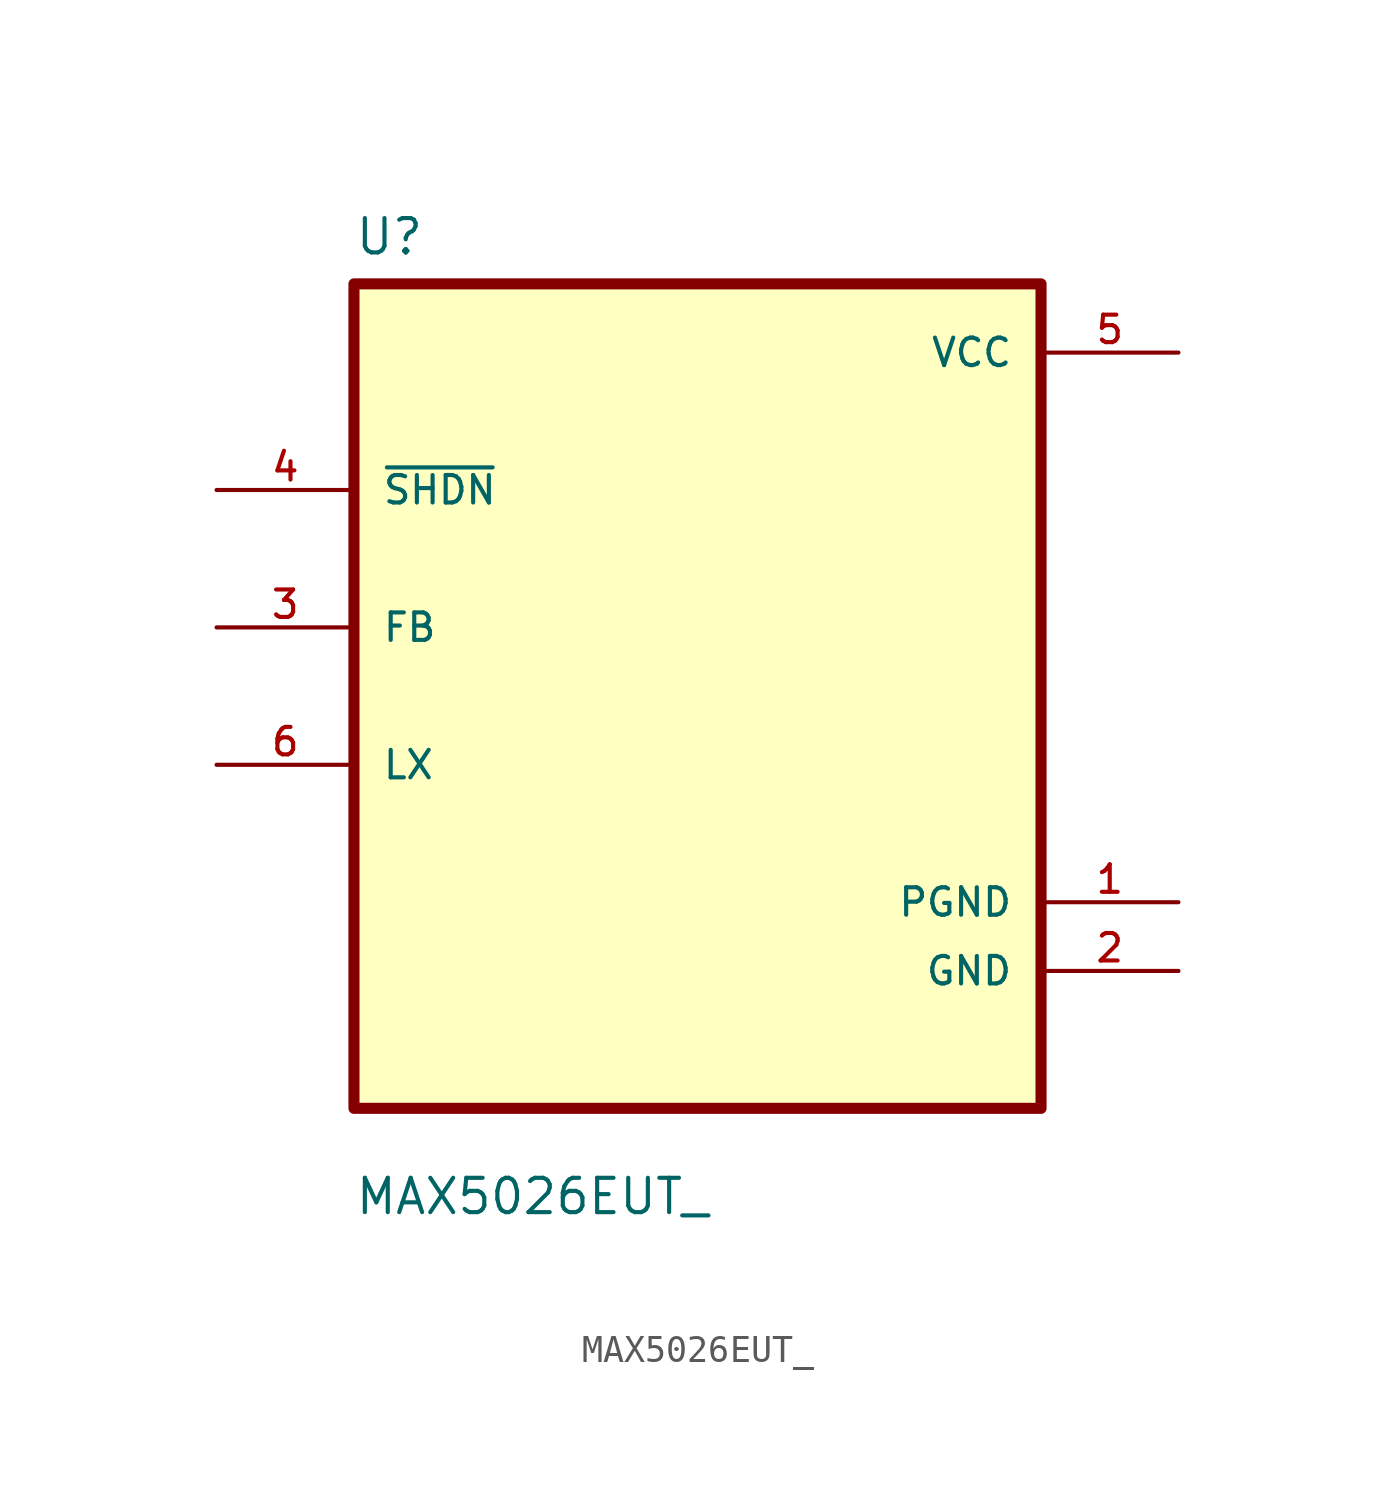
<source format=kicad_sym>
(kicad_symbol_lib
  (version 20211014)
  (generator kicad_symbol_editor)
  (symbol "MAX5026EUT_"
    (pin_names
      (offset 1.016))
    (property "Reference" "U"
      (at -12.7 16.24 0.0)
      (effects (font (size 1.27 1.27)) (justify bottom left)))
    (property "Value" "MAX5026EUT_"
      (at -12.7 -19.24 0.0)
      (effects (font (size 1.27 1.27)) (justify bottom left)))
    (symbol "MAX5026EUT__0_0"
      (rectangle (start -12.7 -15.24) (end 12.7 15.24) (stroke (width 0.41)) (fill (type background)))
      (pin bidirectional line (at -17.78 7.62 0) (length 5.08) (name "~{SHDN}" (effects (font (size 1.016 1.016)))) (number "4" (effects (font (size 1.016 1.016)))))
      (pin bidirectional line (at -17.78 2.54 0) (length 5.08) (name "FB" (effects (font (size 1.016 1.016)))) (number "3" (effects (font (size 1.016 1.016)))))
      (pin bidirectional line (at -17.78 -2.54 0) (length 5.08) (name "LX" (effects (font (size 1.016 1.016)))) (number "6" (effects (font (size 1.016 1.016)))))
      (pin power_in line (at 17.78 12.7 180.0) (length 5.08) (name "VCC" (effects (font (size 1.016 1.016)))) (number "5" (effects (font (size 1.016 1.016)))))
      (pin power_in line (at 17.78 -7.62 180.0) (length 5.08) (name "PGND" (effects (font (size 1.016 1.016)))) (number "1" (effects (font (size 1.016 1.016)))))
      (pin power_in line (at 17.78 -10.16 180.0) (length 5.08) (name "GND" (effects (font (size 1.016 1.016)))) (number "2" (effects (font (size 1.016 1.016))))))))
</source>
